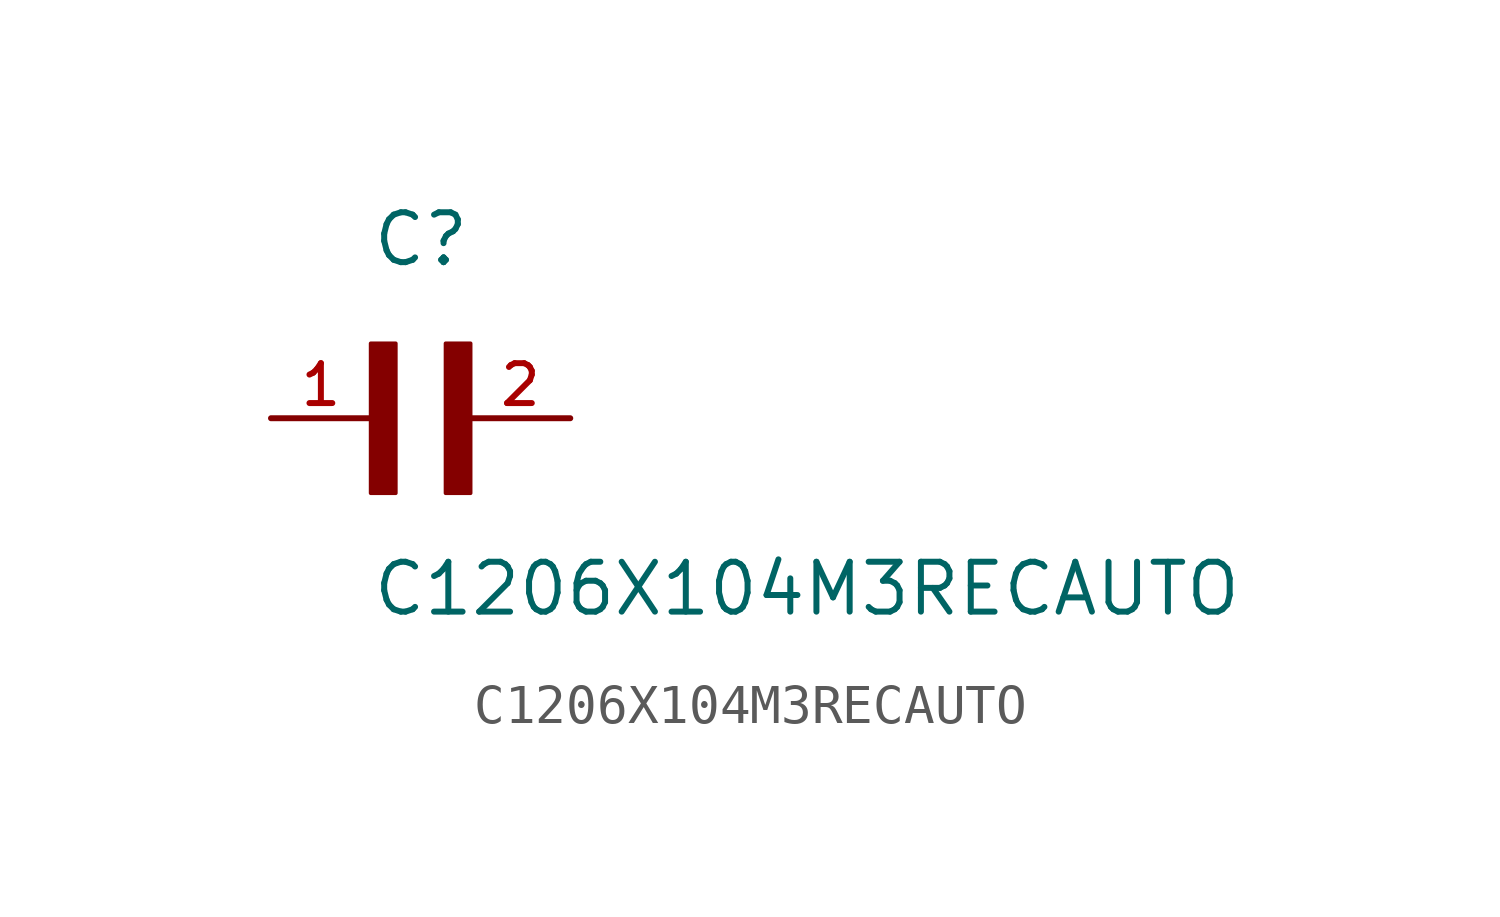
<source format=kicad_sym>
(kicad_symbol_lib
  (version 20211014)
  (generator kicad_symbol_editor)
  (symbol "C1206X104M3RECAUTO"
    (pin_names
      (offset 1.016))
    (property "Reference" "C"
      (at 0.0 3.811 0)
      (effects (font (size 1.27 1.27)) (justify bottom left)))
    (property "Value" "C1206X104M3RECAUTO"
      (at 0.0 -5.088 0)
      (effects (font (size 1.27 1.27)) (justify bottom left)))
    (symbol "C1206X104M3RECAUTO_0_0"
      (rectangle (start 0.0 -1.907) (end 0.635 1.905) (stroke (width 0.1)) (fill (type outline)))
      (rectangle (start 1.907 -1.907) (end 2.54 1.905) (stroke (width 0.1)) (fill (type outline)))
      (pin passive line (at 5.08 0.0 180.0) (length 2.54) (name "~" (effects (font (size 1.016 1.016)))) (number "2" (effects (font (size 1.016 1.016)))))
      (pin passive line (at -2.54 0.0 0) (length 2.54) (name "~" (effects (font (size 1.016 1.016)))) (number "1" (effects (font (size 1.016 1.016))))))))
</source>
